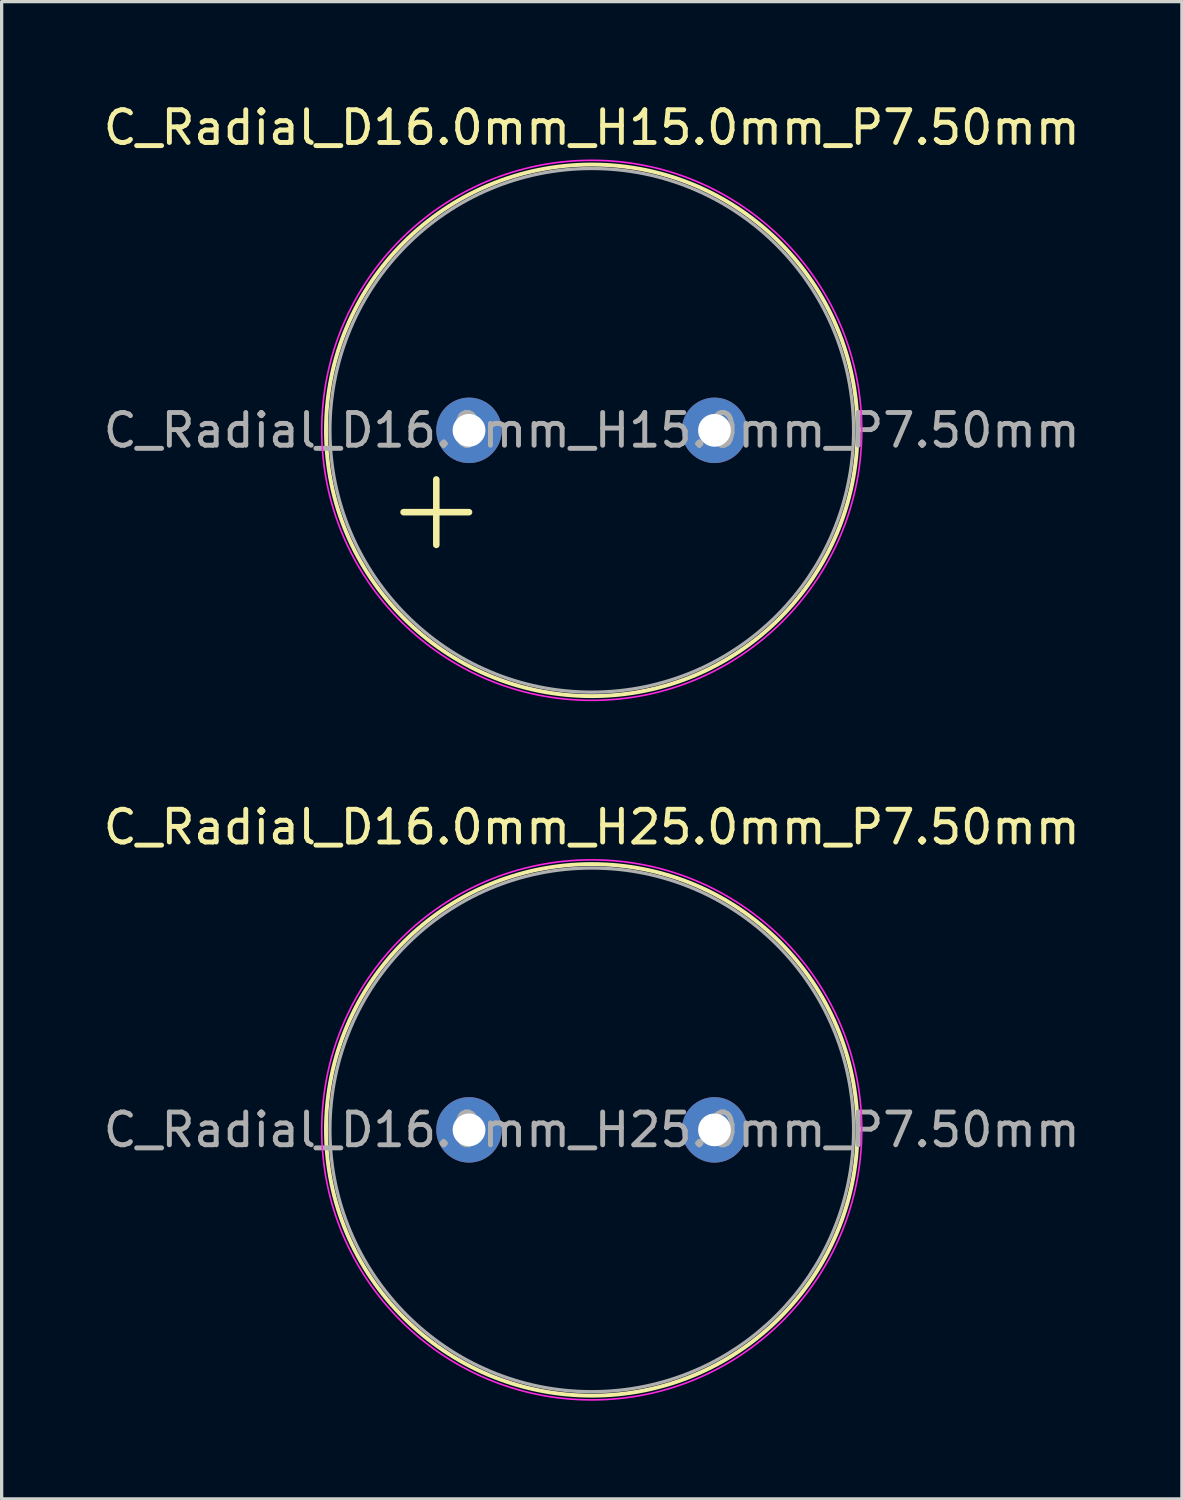
<source format=kicad_pcb>
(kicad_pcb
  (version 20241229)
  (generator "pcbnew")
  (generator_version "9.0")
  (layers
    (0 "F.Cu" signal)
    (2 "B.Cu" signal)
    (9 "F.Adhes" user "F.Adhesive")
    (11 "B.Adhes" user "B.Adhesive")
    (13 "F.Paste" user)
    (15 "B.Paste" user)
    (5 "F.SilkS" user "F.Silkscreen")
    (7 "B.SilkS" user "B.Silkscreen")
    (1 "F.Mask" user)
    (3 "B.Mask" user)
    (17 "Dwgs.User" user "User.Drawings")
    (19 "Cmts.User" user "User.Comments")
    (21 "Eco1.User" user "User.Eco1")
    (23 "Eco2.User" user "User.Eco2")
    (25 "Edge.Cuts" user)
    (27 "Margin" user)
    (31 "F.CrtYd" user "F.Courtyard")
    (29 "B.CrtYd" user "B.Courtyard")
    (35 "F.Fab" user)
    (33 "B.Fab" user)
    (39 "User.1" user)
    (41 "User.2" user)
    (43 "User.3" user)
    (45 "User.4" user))
  (footprint "C_Radial_D16.0mm_H15.0mm_P7.50mm"
    (layer "F.Cu")
    (at 11.28 10.098)
    (property "Reference" "C_Radial_D16.0mm_H15.0mm_P7.50mm" (at 3.75 -9.25 0) (layer "F.SilkS") (effects (font (size 1 1) (thickness 0.15))))
    (attr through_hole)
    (fp_line (start -2 2.5) (end 0 2.5) (stroke (width 0.2) (type solid)) (layer "F.SilkS"))
    (fp_line (start -1 1.5) (end -1 3.5) (stroke (width 0.2) (type solid)) (layer "F.SilkS"))
    (fp_circle (center 3.75 0) (end 11.87 0) (stroke (width 0.12) (type solid)) (fill no) (layer "F.SilkS"))
    (fp_circle (center 3.75 0) (end 12 0) (stroke (width 0.05) (type solid)) (fill no) (layer "F.CrtYd"))
    (fp_circle (center 3.75 0) (end 11.75 0) (stroke (width 0.1) (type solid)) (fill no) (layer "F.Fab"))
    (fp_text user "${REFERENCE}" (at 3.75 0 0) (layer "F.Fab") (effects (font (size 1 1) (thickness 0.15))))
    (pad "1" thru_hole circle (at 0 0) (size 2 2) (drill 1) (layers "*.Cu" "*.Mask"))
    (pad "2" thru_hole circle (at 7.5 0) (size 2 2) (drill 1) (layers "*.Cu" "*.Mask")))
  (footprint "C_Radial_D16.0mm_H25.0mm_P7.50mm"
    (layer "F.Cu")
    (at 11.28 31.471)
    (property "Reference" "C_Radial_D16.0mm_H25.0mm_P7.50mm" (at 3.75 -9.25 0) (layer "F.SilkS") (effects (font (size 1 1) (thickness 0.15))))
    (attr through_hole)
    (fp_circle (center 3.75 0) (end 11.87 0) (stroke (width 0.12) (type solid)) (fill no) (layer "F.SilkS"))
    (fp_circle (center 3.75 0) (end 12 0) (stroke (width 0.05) (type solid)) (fill no) (layer "F.CrtYd"))
    (fp_circle (center 3.75 0) (end 11.75 0) (stroke (width 0.1) (type solid)) (fill no) (layer "F.Fab"))
    (fp_text user "${REFERENCE}" (at 3.75 0 0) (layer "F.Fab") (effects (font (size 1 1) (thickness 0.15))))
    (pad "1" thru_hole circle (at 0 0) (size 2 2) (drill 1) (layers "*.Cu" "*.Mask"))
    (pad "2" thru_hole circle (at 7.5 0) (size 2 2) (drill 1) (layers "*.Cu" "*.Mask")))
  (gr_rect
    (start -3 -3)
    (end 33.06 42.746)
    (stroke (width 0.1) (type default))
    (fill no)
    (layer "Edge.Cuts")))
</source>
